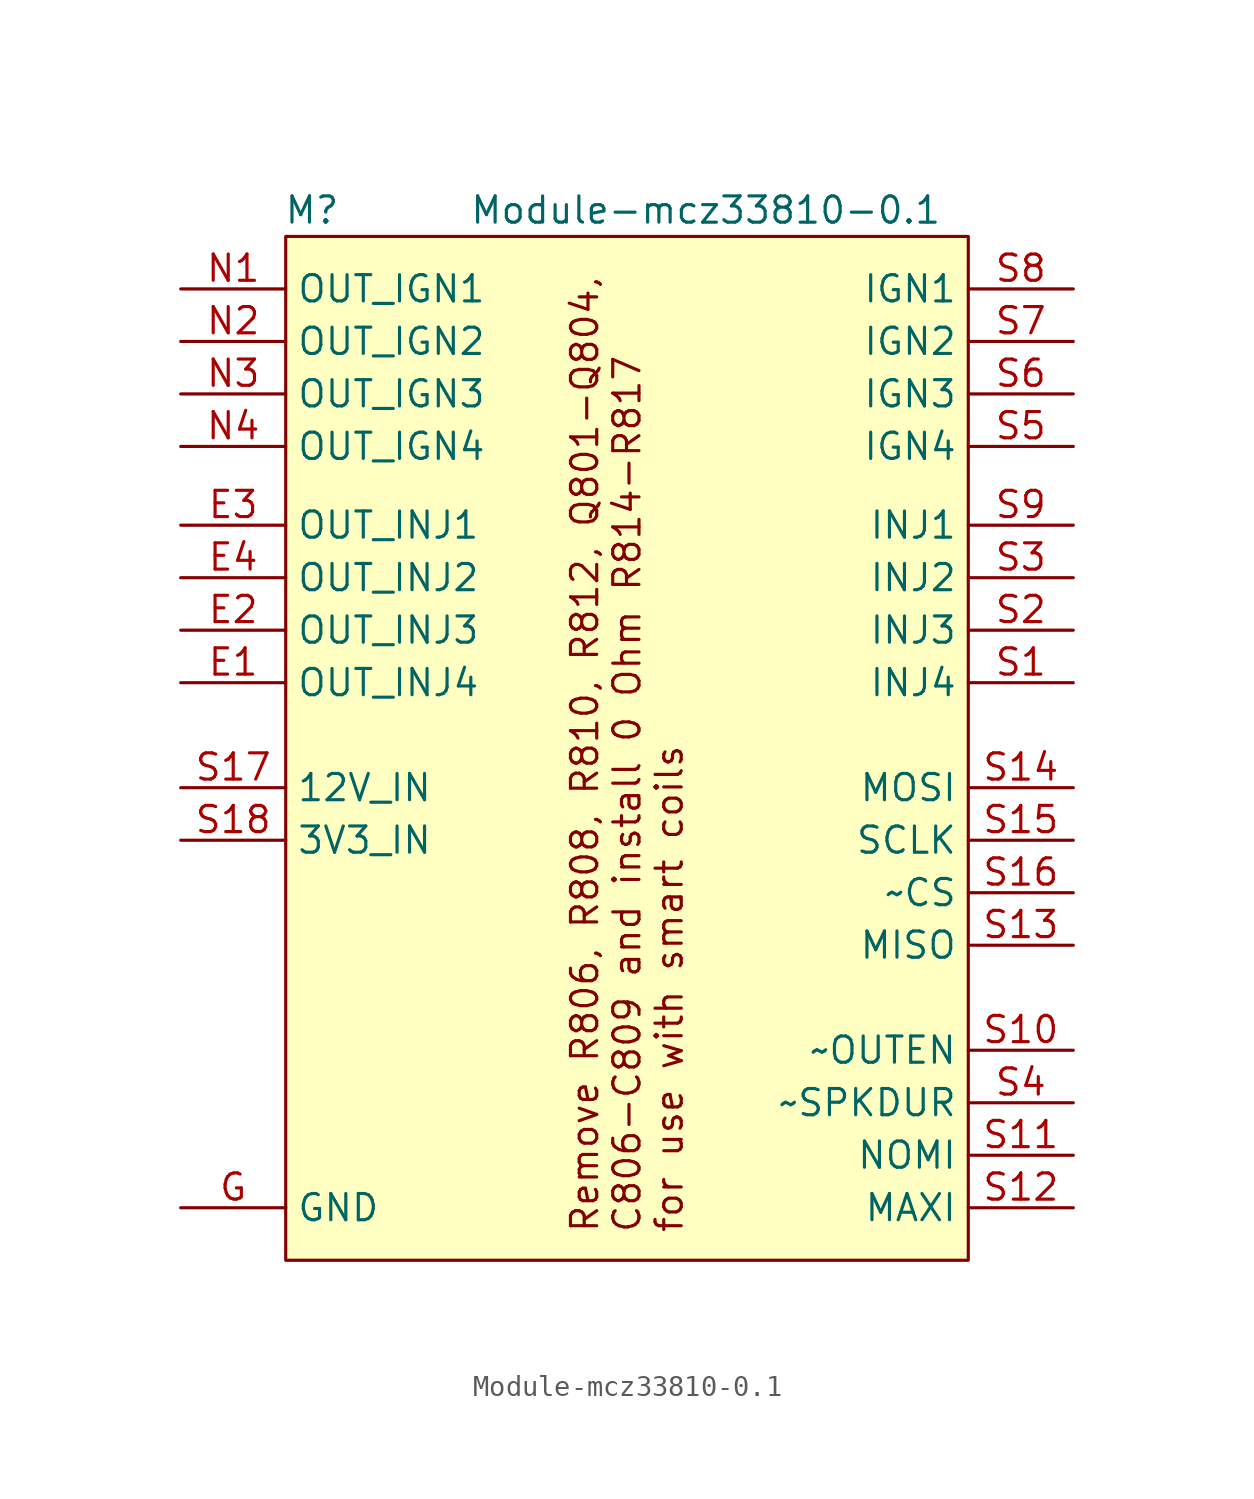
<source format=kicad_sym>
(kicad_symbol_lib
  (version 20220914)
  (generator kicad_symbol_editor)
  (symbol "Module-mcz33810-0.1"
    (property "Reference" "M"
      (at 1.27 1.27 0)
      (effects (font (size 1.27 1.27))))
    (property "Value" "Module-mcz33810-0.1"
      (at 20.32 1.27 0)
      (effects (font (size 1.27 1.27))))
    (symbol "Module-mcz33810-0.1_1_0"
      (rectangle (start 0 0) (end 33.02 -49.53) (stroke (width 0) (type default)) (fill (type background)))
      (text "Remove R806, R808, R810, R812, Q801-Q804,\nC806-C809 and install 0 Ohm R814-R817 \nfor use with smart coils" (at 16.51 -48.26 900) (effects (font (size 1.27 1.27)) (justify left)))
      (pin passive line (at -5.08 -46.99 0) (length 5.08) (name "GND" (effects (font (size 1.27 1.27)))) (number "G" (effects (font (size 1.27 1.27))))))
    (symbol "Module-mcz33810-0.1_1_1"
      (pin passive line (at -5.08 -21.59 0) (length 5.08) (name "OUT_INJ4" (effects (font (size 1.27 1.27)))) (number "E1" (effects (font (size 1.27 1.27)))))
      (pin passive line (at -5.08 -19.05 0) (length 5.08) (name "OUT_INJ3" (effects (font (size 1.27 1.27)))) (number "E2" (effects (font (size 1.27 1.27)))))
      (pin passive line (at -5.08 -13.97 0) (length 5.08) (name "OUT_INJ1" (effects (font (size 1.27 1.27)))) (number "E3" (effects (font (size 1.27 1.27)))))
      (pin passive line (at -5.08 -16.51 0) (length 5.08) (name "OUT_INJ2" (effects (font (size 1.27 1.27)))) (number "E4" (effects (font (size 1.27 1.27)))))
      (pin passive line (at -5.08 -2.54 0) (length 5.08) (name "OUT_IGN1" (effects (font (size 1.27 1.27)))) (number "N1" (effects (font (size 1.27 1.27)))))
      (pin passive line (at -5.08 -5.08 0) (length 5.08) (name "OUT_IGN2" (effects (font (size 1.27 1.27)))) (number "N2" (effects (font (size 1.27 1.27)))))
      (pin passive line (at -5.08 -7.62 0) (length 5.08) (name "OUT_IGN3" (effects (font (size 1.27 1.27)))) (number "N3" (effects (font (size 1.27 1.27)))))
      (pin passive line (at -5.08 -10.16 0) (length 5.08) (name "OUT_IGN4" (effects (font (size 1.27 1.27)))) (number "N4" (effects (font (size 1.27 1.27)))))
      (pin passive line (at 38.1 -21.59 180) (length 5.08) (name "INJ4" (effects (font (size 1.27 1.27)))) (number "S1" (effects (font (size 1.27 1.27)))))
      (pin passive line (at 38.1 -39.37 180) (length 5.08) (name "~OUTEN" (effects (font (size 1.27 1.27)))) (number "S10" (effects (font (size 1.27 1.27)))))
      (pin passive line (at 38.1 -44.45 180) (length 5.08) (name "NOMI" (effects (font (size 1.27 1.27)))) (number "S11" (effects (font (size 1.27 1.27)))))
      (pin passive line (at 38.1 -46.99 180) (length 5.08) (name "MAXI" (effects (font (size 1.27 1.27)))) (number "S12" (effects (font (size 1.27 1.27)))))
      (pin passive line (at 38.1 -34.29 180) (length 5.08) (name "MISO" (effects (font (size 1.27 1.27)))) (number "S13" (effects (font (size 1.27 1.27)))))
      (pin passive line (at 38.1 -26.67 180) (length 5.08) (name "MOSI" (effects (font (size 1.27 1.27)))) (number "S14" (effects (font (size 1.27 1.27)))))
      (pin passive line (at 38.1 -29.21 180) (length 5.08) (name "SCLK" (effects (font (size 1.27 1.27)))) (number "S15" (effects (font (size 1.27 1.27)))))
      (pin passive line (at 38.1 -31.75 180) (length 5.08) (name "~CS" (effects (font (size 1.27 1.27)))) (number "S16" (effects (font (size 1.27 1.27)))))
      (pin passive line (at -5.08 -26.67 0) (length 5.08) (name "12V_IN" (effects (font (size 1.27 1.27)))) (number "S17" (effects (font (size 1.27 1.27)))))
      (pin passive line (at -5.08 -29.21 0) (length 5.08) (name "3V3_IN" (effects (font (size 1.27 1.27)))) (number "S18" (effects (font (size 1.27 1.27)))))
      (pin passive line (at 38.1 -19.05 180) (length 5.08) (name "INJ3" (effects (font (size 1.27 1.27)))) (number "S2" (effects (font (size 1.27 1.27)))))
      (pin passive line (at 38.1 -16.51 180) (length 5.08) (name "INJ2" (effects (font (size 1.27 1.27)))) (number "S3" (effects (font (size 1.27 1.27)))))
      (pin passive line (at 38.1 -41.91 180) (length 5.08) (name "~SPKDUR" (effects (font (size 1.27 1.27)))) (number "S4" (effects (font (size 1.27 1.27)))))
      (pin passive line (at 38.1 -10.16 180) (length 5.08) (name "IGN4" (effects (font (size 1.27 1.27)))) (number "S5" (effects (font (size 1.27 1.27)))))
      (pin passive line (at 38.1 -7.62 180) (length 5.08) (name "IGN3" (effects (font (size 1.27 1.27)))) (number "S6" (effects (font (size 1.27 1.27)))))
      (pin passive line (at 38.1 -5.08 180) (length 5.08) (name "IGN2" (effects (font (size 1.27 1.27)))) (number "S7" (effects (font (size 1.27 1.27)))))
      (pin passive line (at 38.1 -2.54 180) (length 5.08) (name "IGN1" (effects (font (size 1.27 1.27)))) (number "S8" (effects (font (size 1.27 1.27)))))
      (pin passive line (at 38.1 -13.97 180) (length 5.08) (name "INJ1" (effects (font (size 1.27 1.27)))) (number "S9" (effects (font (size 1.27 1.27))))))))
</source>
